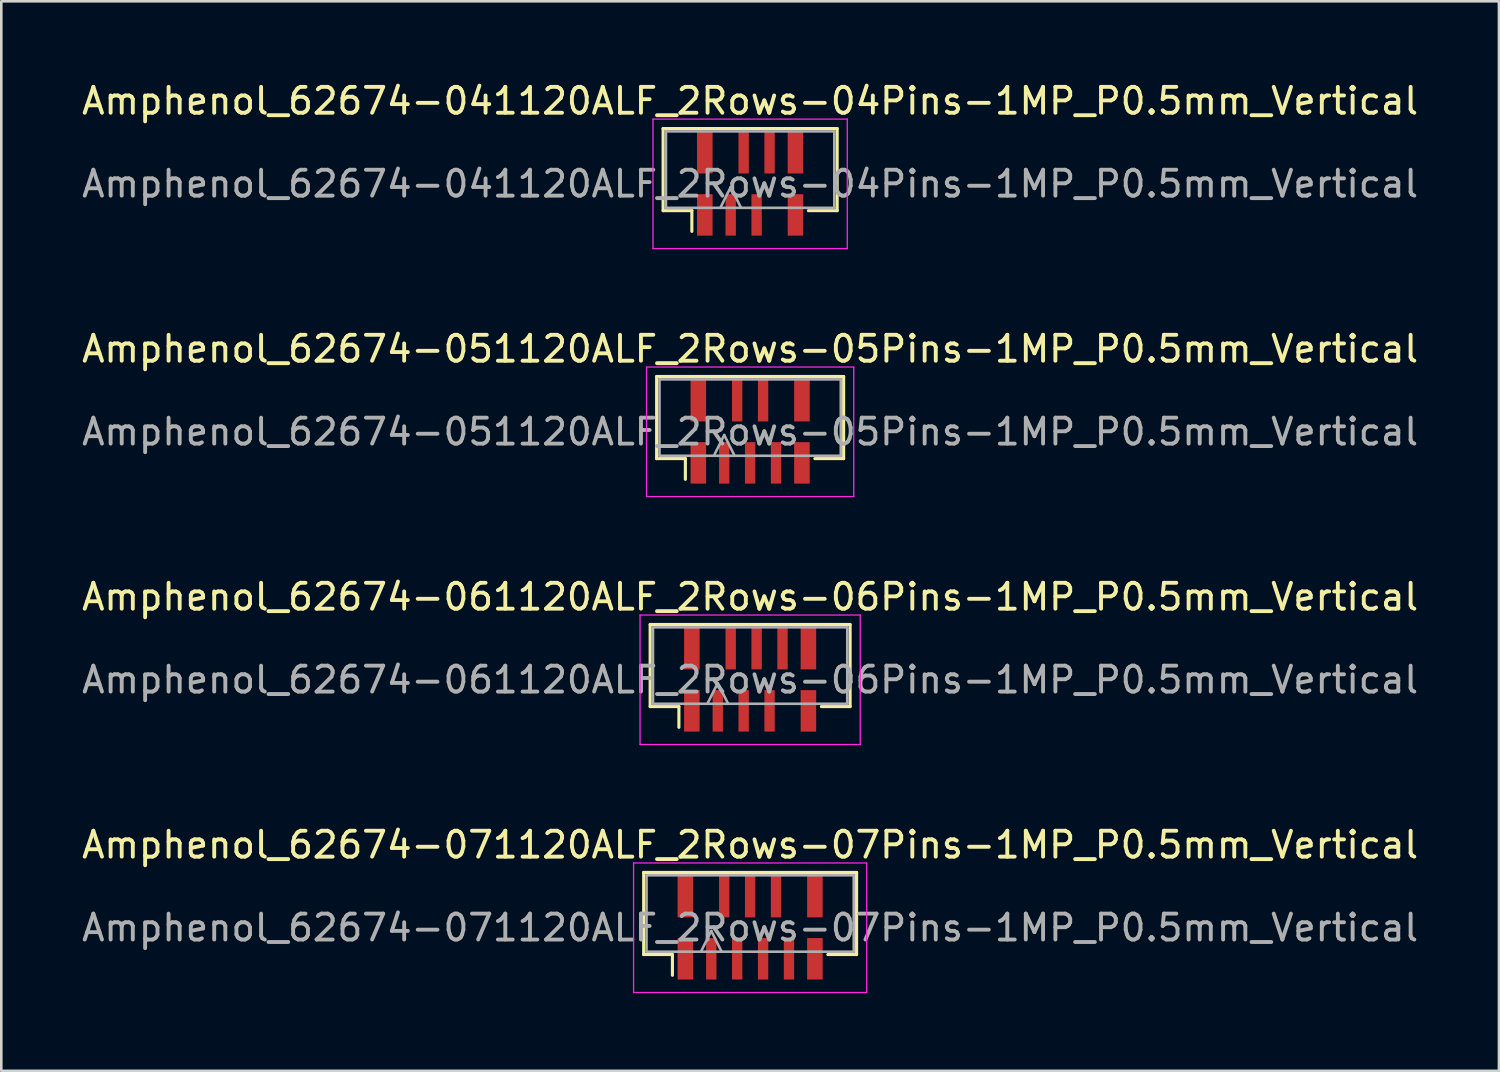
<source format=kicad_pcb>
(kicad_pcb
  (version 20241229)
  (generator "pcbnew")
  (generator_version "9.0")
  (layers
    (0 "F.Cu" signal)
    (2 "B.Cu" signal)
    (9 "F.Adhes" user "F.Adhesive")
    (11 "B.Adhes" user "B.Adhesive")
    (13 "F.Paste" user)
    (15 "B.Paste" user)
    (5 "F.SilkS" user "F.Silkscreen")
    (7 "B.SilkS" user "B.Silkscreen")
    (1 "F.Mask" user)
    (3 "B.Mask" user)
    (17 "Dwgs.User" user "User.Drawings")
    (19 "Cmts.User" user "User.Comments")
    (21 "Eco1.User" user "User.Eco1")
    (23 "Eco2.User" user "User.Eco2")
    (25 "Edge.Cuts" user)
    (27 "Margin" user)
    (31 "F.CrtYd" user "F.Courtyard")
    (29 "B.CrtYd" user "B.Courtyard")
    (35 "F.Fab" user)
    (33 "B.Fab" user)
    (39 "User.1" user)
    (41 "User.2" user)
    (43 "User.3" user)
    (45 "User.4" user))
  (footprint "Amphenol_62674-071120ALF_2Rows-07Pins-1MP_P0.5mm_Vertical"
    (layer "F.Cu")
    (at 25.911 32.768)
    (property "Reference" "Amphenol_62674-071120ALF_2Rows-07Pins-1MP_P0.5mm_Vertical" (at 0 -3.2 0) (layer "F.SilkS") (effects (font (size 1 1) (thickness 0.15))))
    (attr smd)
    (fp_line (start -4.11 -2.135) (end -4.11 1.035) (stroke (width 0.12) (type solid)) (layer "F.SilkS"))
    (fp_line (start -4.11 1.035) (end -3 1.035) (stroke (width 0.12) (type solid)) (layer "F.SilkS"))
    (fp_line (start -3 1.035) (end -3 1.835) (stroke (width 0.12) (type solid)) (layer "F.SilkS"))
    (fp_line (start 3 1.035) (end 4.11 1.035) (stroke (width 0.12) (type solid)) (layer "F.SilkS"))
    (fp_line (start 4.11 -2.135) (end -4.11 -2.135) (stroke (width 0.12) (type solid)) (layer "F.SilkS"))
    (fp_line (start 4.11 1.035) (end 4.11 -2.135) (stroke (width 0.12) (type solid)) (layer "F.SilkS"))
    (fp_line (start -4.5 -2.5) (end 4.5 -2.5) (stroke (width 0.05) (type solid)) (layer "F.CrtYd"))
    (fp_line (start -4.5 2.5) (end -4.5 -2.5) (stroke (width 0.05) (type solid)) (layer "F.CrtYd"))
    (fp_line (start 4.5 -2.5) (end 4.5 2.5) (stroke (width 0.05) (type solid)) (layer "F.CrtYd"))
    (fp_line (start 4.5 2.5) (end -4.5 2.5) (stroke (width 0.05) (type solid)) (layer "F.CrtYd"))
    (fp_line (start -4 -2.025) (end -4 0.925) (stroke (width 0.1) (type solid)) (layer "F.Fab"))
    (fp_line (start -4 0.925) (end 4 0.925) (stroke (width 0.1) (type solid)) (layer "F.Fab"))
    (fp_line (start -1.9 0.925) (end -1.5 0.125) (stroke (width 0.1) (type solid)) (layer "F.Fab"))
    (fp_line (start -1.5 0.125) (end -1.1 0.925) (stroke (width 0.1) (type solid)) (layer "F.Fab"))
    (fp_line (start 4 -2.025) (end -4 -2.025) (stroke (width 0.1) (type solid)) (layer "F.Fab"))
    (fp_line (start 4 0.925) (end 4 -2.025) (stroke (width 0.1) (type solid)) (layer "F.Fab"))
    (fp_text user "${REFERENCE}" (at 0 0 0) (layer "F.Fab") (effects (font (size 1 1) (thickness 0.15))))
    (pad "1" smd rect (at -1.5 1.2) (size 0.4 1.6) (layers "F.Cu" "F.Mask" "F.Paste"))
    (pad "2" smd rect (at -1 -1.2) (size 0.4 1.6) (layers "F.Cu" "F.Mask" "F.Paste"))
    (pad "3" smd rect (at -0.5 1.2) (size 0.4 1.6) (layers "F.Cu" "F.Mask" "F.Paste"))
    (pad "4" smd rect (at 0 -1.2) (size 0.4 1.6) (layers "F.Cu" "F.Mask" "F.Paste"))
    (pad "5" smd rect (at 0.5 1.2) (size 0.4 1.6) (layers "F.Cu" "F.Mask" "F.Paste"))
    (pad "6" smd rect (at 1 -1.2) (size 0.4 1.6) (layers "F.Cu" "F.Mask" "F.Paste"))
    (pad "7" smd rect (at 1.5 1.2) (size 0.4 1.6) (layers "F.Cu" "F.Mask" "F.Paste"))
    (pad "MP" smd rect (at -2.5 -1.2) (size 0.6 1.6) (layers "F.Cu" "F.Mask" "F.Paste"))
    (pad "MP" smd rect (at -2.5 1.2) (size 0.6 1.6) (layers "F.Cu" "F.Mask" "F.Paste"))
    (pad "MP" smd rect (at 2.5 -1.2) (size 0.6 1.6) (layers "F.Cu" "F.Mask" "F.Paste"))
    (pad "MP" smd rect (at 2.5 1.2) (size 0.6 1.6) (layers "F.Cu" "F.Mask" "F.Paste")))
  (footprint "Amphenol_62674-061120ALF_2Rows-06Pins-1MP_P0.5mm_Vertical"
    (layer "F.Cu")
    (at 25.911 23.195)
    (property "Reference" "Amphenol_62674-061120ALF_2Rows-06Pins-1MP_P0.5mm_Vertical" (at 0 -3.2 0) (layer "F.SilkS") (effects (font (size 1 1) (thickness 0.15))))
    (attr smd)
    (fp_line (start -3.86 -2.135) (end -3.86 1.035) (stroke (width 0.12) (type solid)) (layer "F.SilkS"))
    (fp_line (start -3.86 1.035) (end -2.75 1.035) (stroke (width 0.12) (type solid)) (layer "F.SilkS"))
    (fp_line (start -2.75 1.035) (end -2.75 1.835) (stroke (width 0.12) (type solid)) (layer "F.SilkS"))
    (fp_line (start 2.75 1.035) (end 3.86 1.035) (stroke (width 0.12) (type solid)) (layer "F.SilkS"))
    (fp_line (start 3.86 -2.135) (end -3.86 -2.135) (stroke (width 0.12) (type solid)) (layer "F.SilkS"))
    (fp_line (start 3.86 1.035) (end 3.86 -2.135) (stroke (width 0.12) (type solid)) (layer "F.SilkS"))
    (fp_line (start -4.25 -2.5) (end 4.25 -2.5) (stroke (width 0.05) (type solid)) (layer "F.CrtYd"))
    (fp_line (start -4.25 2.5) (end -4.25 -2.5) (stroke (width 0.05) (type solid)) (layer "F.CrtYd"))
    (fp_line (start 4.25 -2.5) (end 4.25 2.5) (stroke (width 0.05) (type solid)) (layer "F.CrtYd"))
    (fp_line (start 4.25 2.5) (end -4.25 2.5) (stroke (width 0.05) (type solid)) (layer "F.CrtYd"))
    (fp_line (start -3.75 -2.025) (end -3.75 0.925) (stroke (width 0.1) (type solid)) (layer "F.Fab"))
    (fp_line (start -3.75 0.925) (end 3.75 0.925) (stroke (width 0.1) (type solid)) (layer "F.Fab"))
    (fp_line (start -1.65 0.925) (end -1.25 0.125) (stroke (width 0.1) (type solid)) (layer "F.Fab"))
    (fp_line (start -1.25 0.125) (end -0.85 0.925) (stroke (width 0.1) (type solid)) (layer "F.Fab"))
    (fp_line (start 3.75 -2.025) (end -3.75 -2.025) (stroke (width 0.1) (type solid)) (layer "F.Fab"))
    (fp_line (start 3.75 0.925) (end 3.75 -2.025) (stroke (width 0.1) (type solid)) (layer "F.Fab"))
    (fp_text user "${REFERENCE}" (at 0 0 0) (layer "F.Fab") (effects (font (size 1 1) (thickness 0.15))))
    (pad "1" smd rect (at -1.25 1.2) (size 0.4 1.6) (layers "F.Cu" "F.Mask" "F.Paste"))
    (pad "2" smd rect (at -0.75 -1.2) (size 0.4 1.6) (layers "F.Cu" "F.Mask" "F.Paste"))
    (pad "3" smd rect (at -0.25 1.2) (size 0.4 1.6) (layers "F.Cu" "F.Mask" "F.Paste"))
    (pad "4" smd rect (at 0.25 -1.2) (size 0.4 1.6) (layers "F.Cu" "F.Mask" "F.Paste"))
    (pad "5" smd rect (at 0.75 1.2) (size 0.4 1.6) (layers "F.Cu" "F.Mask" "F.Paste"))
    (pad "6" smd rect (at 1.25 -1.2) (size 0.4 1.6) (layers "F.Cu" "F.Mask" "F.Paste"))
    (pad "MP" smd rect (at -2.25 -1.2) (size 0.6 1.6) (layers "F.Cu" "F.Mask" "F.Paste"))
    (pad "MP" smd rect (at -2.25 1.2) (size 0.6 1.6) (layers "F.Cu" "F.Mask" "F.Paste"))
    (pad "MP" smd rect (at 2.25 -1.2) (size 0.6 1.6) (layers "F.Cu" "F.Mask" "F.Paste"))
    (pad "MP" smd rect (at 2.25 1.2) (size 0.6 1.6) (layers "F.Cu" "F.Mask" "F.Paste")))
  (footprint "Amphenol_62674-051120ALF_2Rows-05Pins-1MP_P0.5mm_Vertical"
    (layer "F.Cu")
    (at 25.911 13.621)
    (property "Reference" "Amphenol_62674-051120ALF_2Rows-05Pins-1MP_P0.5mm_Vertical" (at 0 -3.2 0) (layer "F.SilkS") (effects (font (size 1 1) (thickness 0.15))))
    (attr smd)
    (fp_line (start -3.61 -2.135) (end -3.61 1.035) (stroke (width 0.12) (type solid)) (layer "F.SilkS"))
    (fp_line (start -3.61 1.035) (end -2.5 1.035) (stroke (width 0.12) (type solid)) (layer "F.SilkS"))
    (fp_line (start -2.5 1.035) (end -2.5 1.835) (stroke (width 0.12) (type solid)) (layer "F.SilkS"))
    (fp_line (start 2.5 1.035) (end 3.61 1.035) (stroke (width 0.12) (type solid)) (layer "F.SilkS"))
    (fp_line (start 3.61 -2.135) (end -3.61 -2.135) (stroke (width 0.12) (type solid)) (layer "F.SilkS"))
    (fp_line (start 3.61 1.035) (end 3.61 -2.135) (stroke (width 0.12) (type solid)) (layer "F.SilkS"))
    (fp_line (start -4 -2.5) (end 4 -2.5) (stroke (width 0.05) (type solid)) (layer "F.CrtYd"))
    (fp_line (start -4 2.5) (end -4 -2.5) (stroke (width 0.05) (type solid)) (layer "F.CrtYd"))
    (fp_line (start 4 -2.5) (end 4 2.5) (stroke (width 0.05) (type solid)) (layer "F.CrtYd"))
    (fp_line (start 4 2.5) (end -4 2.5) (stroke (width 0.05) (type solid)) (layer "F.CrtYd"))
    (fp_line (start -3.5 -2.025) (end -3.5 0.925) (stroke (width 0.1) (type solid)) (layer "F.Fab"))
    (fp_line (start -3.5 0.925) (end 3.5 0.925) (stroke (width 0.1) (type solid)) (layer "F.Fab"))
    (fp_line (start -1.4 0.925) (end -1 0.125) (stroke (width 0.1) (type solid)) (layer "F.Fab"))
    (fp_line (start -1 0.125) (end -0.6 0.925) (stroke (width 0.1) (type solid)) (layer "F.Fab"))
    (fp_line (start 3.5 -2.025) (end -3.5 -2.025) (stroke (width 0.1) (type solid)) (layer "F.Fab"))
    (fp_line (start 3.5 0.925) (end 3.5 -2.025) (stroke (width 0.1) (type solid)) (layer "F.Fab"))
    (fp_text user "${REFERENCE}" (at 0 0 0) (layer "F.Fab") (effects (font (size 1 1) (thickness 0.15))))
    (pad "1" smd rect (at -1 1.2) (size 0.4 1.6) (layers "F.Cu" "F.Mask" "F.Paste"))
    (pad "2" smd rect (at -0.5 -1.2) (size 0.4 1.6) (layers "F.Cu" "F.Mask" "F.Paste"))
    (pad "3" smd rect (at 0 1.2) (size 0.4 1.6) (layers "F.Cu" "F.Mask" "F.Paste"))
    (pad "4" smd rect (at 0.5 -1.2) (size 0.4 1.6) (layers "F.Cu" "F.Mask" "F.Paste"))
    (pad "5" smd rect (at 1 1.2) (size 0.4 1.6) (layers "F.Cu" "F.Mask" "F.Paste"))
    (pad "MP" smd rect (at -2 -1.2) (size 0.6 1.6) (layers "F.Cu" "F.Mask" "F.Paste"))
    (pad "MP" smd rect (at -2 1.2) (size 0.6 1.6) (layers "F.Cu" "F.Mask" "F.Paste"))
    (pad "MP" smd rect (at 2 -1.2) (size 0.6 1.6) (layers "F.Cu" "F.Mask" "F.Paste"))
    (pad "MP" smd rect (at 2 1.2) (size 0.6 1.6) (layers "F.Cu" "F.Mask" "F.Paste")))
  (footprint "Amphenol_62674-041120ALF_2Rows-04Pins-1MP_P0.5mm_Vertical"
    (layer "F.Cu")
    (at 25.911 4.048)
    (property "Reference" "Amphenol_62674-041120ALF_2Rows-04Pins-1MP_P0.5mm_Vertical" (at 0 -3.2 0) (layer "F.SilkS") (effects (font (size 1 1) (thickness 0.15))))
    (attr smd)
    (fp_line (start -3.36 -2.135) (end -3.36 1.035) (stroke (width 0.12) (type solid)) (layer "F.SilkS"))
    (fp_line (start -3.36 1.035) (end -2.25 1.035) (stroke (width 0.12) (type solid)) (layer "F.SilkS"))
    (fp_line (start -2.25 1.035) (end -2.25 1.835) (stroke (width 0.12) (type solid)) (layer "F.SilkS"))
    (fp_line (start 2.25 1.035) (end 3.36 1.035) (stroke (width 0.12) (type solid)) (layer "F.SilkS"))
    (fp_line (start 3.36 -2.135) (end -3.36 -2.135) (stroke (width 0.12) (type solid)) (layer "F.SilkS"))
    (fp_line (start 3.36 1.035) (end 3.36 -2.135) (stroke (width 0.12) (type solid)) (layer "F.SilkS"))
    (fp_line (start -3.75 -2.5) (end 3.75 -2.5) (stroke (width 0.05) (type solid)) (layer "F.CrtYd"))
    (fp_line (start -3.75 2.5) (end -3.75 -2.5) (stroke (width 0.05) (type solid)) (layer "F.CrtYd"))
    (fp_line (start 3.75 -2.5) (end 3.75 2.5) (stroke (width 0.05) (type solid)) (layer "F.CrtYd"))
    (fp_line (start 3.75 2.5) (end -3.75 2.5) (stroke (width 0.05) (type solid)) (layer "F.CrtYd"))
    (fp_line (start -3.25 -2.025) (end -3.25 0.925) (stroke (width 0.1) (type solid)) (layer "F.Fab"))
    (fp_line (start -3.25 0.925) (end 3.25 0.925) (stroke (width 0.1) (type solid)) (layer "F.Fab"))
    (fp_line (start -1.15 0.925) (end -0.75 0.125) (stroke (width 0.1) (type solid)) (layer "F.Fab"))
    (fp_line (start -0.75 0.125) (end -0.35 0.925) (stroke (width 0.1) (type solid)) (layer "F.Fab"))
    (fp_line (start 3.25 -2.025) (end -3.25 -2.025) (stroke (width 0.1) (type solid)) (layer "F.Fab"))
    (fp_line (start 3.25 0.925) (end 3.25 -2.025) (stroke (width 0.1) (type solid)) (layer "F.Fab"))
    (fp_text user "${REFERENCE}" (at 0 0 0) (layer "F.Fab") (effects (font (size 1 1) (thickness 0.15))))
    (pad "1" smd rect (at -0.75 1.2) (size 0.4 1.6) (layers "F.Cu" "F.Mask" "F.Paste"))
    (pad "2" smd rect (at -0.25 -1.2) (size 0.4 1.6) (layers "F.Cu" "F.Mask" "F.Paste"))
    (pad "3" smd rect (at 0.25 1.2) (size 0.4 1.6) (layers "F.Cu" "F.Mask" "F.Paste"))
    (pad "4" smd rect (at 0.75 -1.2) (size 0.4 1.6) (layers "F.Cu" "F.Mask" "F.Paste"))
    (pad "MP" smd rect (at -1.75 -1.2) (size 0.6 1.6) (layers "F.Cu" "F.Mask" "F.Paste"))
    (pad "MP" smd rect (at -1.75 1.2) (size 0.6 1.6) (layers "F.Cu" "F.Mask" "F.Paste"))
    (pad "MP" smd rect (at 1.75 -1.2) (size 0.6 1.6) (layers "F.Cu" "F.Mask" "F.Paste"))
    (pad "MP" smd rect (at 1.75 1.2) (size 0.6 1.6) (layers "F.Cu" "F.Mask" "F.Paste")))
  (gr_rect
    (start -3 -3)
    (end 54.821 38.293)
    (stroke (width 0.1) (type default))
    (fill no)
    (layer "Edge.Cuts")))
</source>
